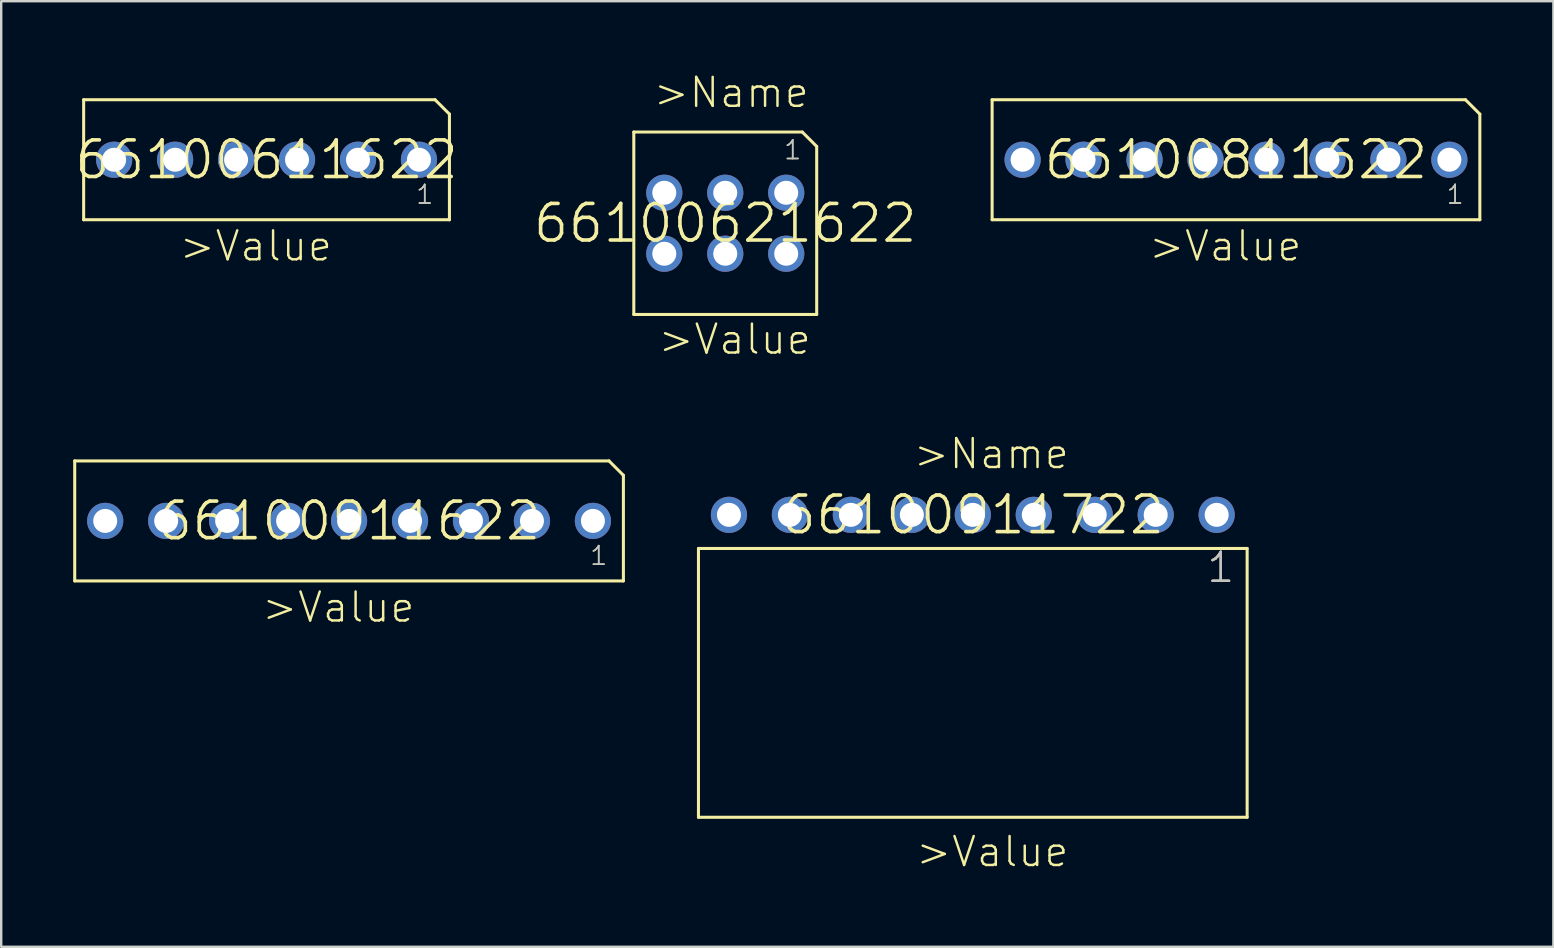
<source format=kicad_pcb>
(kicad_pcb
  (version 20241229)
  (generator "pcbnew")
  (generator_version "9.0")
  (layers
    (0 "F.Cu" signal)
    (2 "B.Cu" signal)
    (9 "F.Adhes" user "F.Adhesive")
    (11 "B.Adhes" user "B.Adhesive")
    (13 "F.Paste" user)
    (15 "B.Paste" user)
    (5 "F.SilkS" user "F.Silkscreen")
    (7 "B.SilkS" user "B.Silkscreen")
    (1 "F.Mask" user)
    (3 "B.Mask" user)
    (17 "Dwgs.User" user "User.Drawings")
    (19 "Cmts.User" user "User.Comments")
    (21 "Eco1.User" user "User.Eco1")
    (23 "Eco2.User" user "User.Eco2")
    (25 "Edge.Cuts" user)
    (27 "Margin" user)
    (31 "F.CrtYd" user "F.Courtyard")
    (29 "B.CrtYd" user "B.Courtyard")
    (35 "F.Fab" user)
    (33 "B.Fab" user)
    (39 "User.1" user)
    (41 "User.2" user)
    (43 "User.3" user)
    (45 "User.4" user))
  (footprint "66100911722"
    (layer "F.Cu")
    (at 37.48 18.4)
    (property "Reference" "66100911722" (at 0 0 0) (layer "F.SilkS") (effects (font (size 1.524 1.524) (thickness 0.15))))
    (attr through_hole)
    (fp_line (start -11.43 1.4) (end -11.43 12.6) (stroke (width 0.127) (type solid)) (layer "F.SilkS"))
    (fp_line (start -11.43 1.4) (end 11.43 1.4) (stroke (width 0.127) (type solid)) (layer "F.SilkS"))
    (fp_line (start -11.43 12.6) (end 11.43 12.6) (stroke (width 0.127) (type solid)) (layer "F.SilkS"))
    (fp_line (start 11.43 1.4) (end 11.43 12.6) (stroke (width 0.127) (type solid)) (layer "F.SilkS"))
    (fp_text user ">Value" (at -2.44 14.74 0) (layer "F.SilkS") (effects (font (size 1.206 1.206) (thickness 0.102)) (justify left bottom)))
    (fp_text user ">Name" (at -2.54 -1.84 0) (layer "F.SilkS") (effects (font (size 1.206 1.206) (thickness 0.102)) (justify left bottom)))
    (fp_text user "1" (at 9.69 2.9 0) (layer "F.SilkS") (effects (font (size 1.206 1.206) (thickness 0.102)) (justify left bottom)))
    (fp_text user "1" (at 9.69 2.9 0) (layer "Dwgs.User") (effects (font (size 1.206 1.206) (thickness 0.102)) (justify left bottom)))
    (pad "1" thru_hole circle (at 10.16 0 180) (size 1.508 1.508) (drill 1) (layers "*.Cu" "*.Mask"))
    (pad "2" thru_hole circle (at 7.62 0 180) (size 1.508 1.508) (drill 1) (layers "*.Cu" "*.Mask"))
    (pad "3" thru_hole circle (at 5.08 0 180) (size 1.508 1.508) (drill 1) (layers "*.Cu" "*.Mask"))
    (pad "4" thru_hole circle (at 2.54 0 180) (size 1.508 1.508) (drill 1) (layers "*.Cu" "*.Mask"))
    (pad "5" thru_hole circle (at 0 0 180) (size 1.508 1.508) (drill 1) (layers "*.Cu" "*.Mask"))
    (pad "6" thru_hole circle (at -2.54 0 180) (size 1.508 1.508) (drill 1) (layers "*.Cu" "*.Mask"))
    (pad "7" thru_hole circle (at -5.08 0 180) (size 1.508 1.508) (drill 1) (layers "*.Cu" "*.Mask"))
    (pad "8" thru_hole circle (at -7.62 0 180) (size 1.508 1.508) (drill 1) (layers "*.Cu" "*.Mask"))
    (pad "9" thru_hole circle (at -10.16 0 180) (size 1.508 1.508) (drill 1) (layers "*.Cu" "*.Mask")))
  (footprint "66100811622"
    (layer "F.Cu")
    (at 48.445 3.605)
    (property "Reference" "66100811622" (at 0 0 0) (layer "F.SilkS") (effects (font (size 1.524 1.524) (thickness 0.15))))
    (attr through_hole)
    (fp_line (start -10.16 -2.5) (end -10.16 2.5) (stroke (width 0.127) (type solid)) (layer "F.SilkS"))
    (fp_line (start -10.16 -2.5) (end 9.56 -2.5) (stroke (width 0.127) (type solid)) (layer "F.SilkS"))
    (fp_line (start -10.16 2.5) (end 10.16 2.5) (stroke (width 0.127) (type solid)) (layer "F.SilkS"))
    (fp_line (start 9.56 -2.5) (end 10.16 -1.9) (stroke (width 0.127) (type solid)) (layer "F.SilkS"))
    (fp_line (start 10.16 -1.9) (end 10.16 2.5) (stroke (width 0.127) (type solid)) (layer "F.SilkS"))
    (fp_text user ">Value" (at -3.7 4.3 0) (layer "F.SilkS") (effects (font (size 1.206 1.206) (thickness 0.102)) (justify left bottom)))
    (fp_text user "1" (at 8.72 1.9 0) (layer "F.SilkS") (effects (font (size 0.772 0.772) (thickness 0.065)) (justify left bottom)))
    (fp_text user "" (at -3.8 -3.3 0) (layer "F.SilkS") (effects (font (size 1.206 1.206) (thickness 0.102)) (justify left bottom)))
    (fp_text user "1" (at 8.72 1.9 0) (layer "Dwgs.User") (effects (font (size 0.772 0.772) (thickness 0.065)) (justify left bottom)))
    (pad "1" thru_hole circle (at 8.89 0 180) (size 1.508 1.508) (drill 1) (layers "*.Cu" "*.Mask"))
    (pad "2" thru_hole circle (at 6.35 0 180) (size 1.508 1.508) (drill 1) (layers "*.Cu" "*.Mask"))
    (pad "3" thru_hole circle (at 3.81 0 180) (size 1.508 1.508) (drill 1) (layers "*.Cu" "*.Mask"))
    (pad "4" thru_hole circle (at 1.27 0 180) (size 1.508 1.508) (drill 1) (layers "*.Cu" "*.Mask"))
    (pad "5" thru_hole circle (at -1.27 0 180) (size 1.508 1.508) (drill 1) (layers "*.Cu" "*.Mask"))
    (pad "6" thru_hole circle (at -3.81 0 180) (size 1.508 1.508) (drill 1) (layers "*.Cu" "*.Mask"))
    (pad "7" thru_hole circle (at -6.35 0 180) (size 1.508 1.508) (drill 1) (layers "*.Cu" "*.Mask"))
    (pad "8" thru_hole circle (at -8.89 0 180) (size 1.508 1.508) (drill 1) (layers "*.Cu" "*.Mask")))
  (footprint "66100911622"
    (layer "F.Cu")
    (at 11.493 18.653)
    (property "Reference" "66100911622" (at 0 0 0) (layer "F.SilkS") (effects (font (size 1.524 1.524) (thickness 0.15))))
    (attr through_hole)
    (fp_line (start -11.43 -2.5) (end -11.43 2.5) (stroke (width 0.127) (type solid)) (layer "F.SilkS"))
    (fp_line (start -11.43 -2.5) (end 10.83 -2.5) (stroke (width 0.127) (type solid)) (layer "F.SilkS"))
    (fp_line (start -11.43 2.5) (end 11.43 2.5) (stroke (width 0.127) (type solid)) (layer "F.SilkS"))
    (fp_line (start 10.83 -2.5) (end 11.43 -1.9) (stroke (width 0.127) (type solid)) (layer "F.SilkS"))
    (fp_line (start 11.43 -1.9) (end 11.43 2.5) (stroke (width 0.127) (type solid)) (layer "F.SilkS"))
    (fp_text user ">Value" (at -3.7 4.3 0) (layer "F.SilkS") (effects (font (size 1.206 1.206) (thickness 0.102)) (justify left bottom)))
    (fp_text user "1" (at 9.99 1.9 0) (layer "F.SilkS") (effects (font (size 0.772 0.772) (thickness 0.065)) (justify left bottom)))
    (fp_text user "" (at -3.8 -3.3 0) (layer "F.SilkS") (effects (font (size 1.206 1.206) (thickness 0.102)) (justify left bottom)))
    (fp_text user "1" (at 9.99 1.9 0) (layer "Dwgs.User") (effects (font (size 0.772 0.772) (thickness 0.065)) (justify left bottom)))
    (pad "1" thru_hole circle (at 10.16 0 180) (size 1.508 1.508) (drill 1) (layers "*.Cu" "*.Mask"))
    (pad "2" thru_hole circle (at 7.62 0 180) (size 1.508 1.508) (drill 1) (layers "*.Cu" "*.Mask"))
    (pad "3" thru_hole circle (at 5.08 0 180) (size 1.508 1.508) (drill 1) (layers "*.Cu" "*.Mask"))
    (pad "4" thru_hole circle (at 2.54 0 180) (size 1.508 1.508) (drill 1) (layers "*.Cu" "*.Mask"))
    (pad "5" thru_hole circle (at 0 0 180) (size 1.508 1.508) (drill 1) (layers "*.Cu" "*.Mask"))
    (pad "6" thru_hole circle (at -2.54 0 180) (size 1.508 1.508) (drill 1) (layers "*.Cu" "*.Mask"))
    (pad "7" thru_hole circle (at -5.08 0 180) (size 1.508 1.508) (drill 1) (layers "*.Cu" "*.Mask"))
    (pad "8" thru_hole circle (at -7.62 0 180) (size 1.508 1.508) (drill 1) (layers "*.Cu" "*.Mask"))
    (pad "9" thru_hole circle (at -10.16 0 180) (size 1.508 1.508) (drill 1) (layers "*.Cu" "*.Mask")))
  (footprint "66100611622"
    (layer "F.Cu")
    (at 8.055 3.605)
    (property "Reference" "66100611622" (at 0 0 0) (layer "F.SilkS") (effects (font (size 1.524 1.524) (thickness 0.15))))
    (attr through_hole)
    (fp_line (start -7.62 -2.5) (end -7.62 2.5) (stroke (width 0.127) (type solid)) (layer "F.SilkS"))
    (fp_line (start -7.62 -2.5) (end 7.02 -2.5) (stroke (width 0.127) (type solid)) (layer "F.SilkS"))
    (fp_line (start -7.62 2.5) (end 7.62 2.5) (stroke (width 0.127) (type solid)) (layer "F.SilkS"))
    (fp_line (start 7.02 -2.5) (end 7.62 -1.9) (stroke (width 0.127) (type solid)) (layer "F.SilkS"))
    (fp_line (start 7.62 -1.9) (end 7.62 2.5) (stroke (width 0.127) (type solid)) (layer "F.SilkS"))
    (fp_text user "1" (at 6.18 1.9 0) (layer "F.SilkS") (effects (font (size 0.772 0.772) (thickness 0.065)) (justify left bottom)))
    (fp_text user "" (at -3.8 -3.3 0) (layer "F.SilkS") (effects (font (size 1.206 1.206) (thickness 0.102)) (justify left bottom)))
    (fp_text user ">Value" (at -3.7 4.3 0) (layer "F.SilkS") (effects (font (size 1.206 1.206) (thickness 0.102)) (justify left bottom)))
    (fp_text user "1" (at 6.18 1.9 0) (layer "Dwgs.User") (effects (font (size 0.772 0.772) (thickness 0.065)) (justify left bottom)))
    (pad "1" thru_hole circle (at 6.35 0 180) (size 1.508 1.508) (drill 1) (layers "*.Cu" "*.Mask"))
    (pad "2" thru_hole circle (at 3.81 0 180) (size 1.508 1.508) (drill 1) (layers "*.Cu" "*.Mask"))
    (pad "3" thru_hole circle (at 1.27 0 180) (size 1.508 1.508) (drill 1) (layers "*.Cu" "*.Mask"))
    (pad "4" thru_hole circle (at -1.27 0 180) (size 1.508 1.508) (drill 1) (layers "*.Cu" "*.Mask"))
    (pad "5" thru_hole circle (at -3.81 0 180) (size 1.508 1.508) (drill 1) (layers "*.Cu" "*.Mask"))
    (pad "6" thru_hole circle (at -6.35 0 180) (size 1.508 1.508) (drill 1) (layers "*.Cu" "*.Mask")))
  (footprint "66100621622"
    (layer "F.Cu")
    (at 27.166 6.251)
    (property "Reference" "66100621622" (at 0 0 0) (layer "F.SilkS") (effects (font (size 1.524 1.524) (thickness 0.15))))
    (attr through_hole)
    (fp_line (start -3.81 -3.8) (end -3.81 3.8) (stroke (width 0.127) (type solid)) (layer "F.SilkS"))
    (fp_line (start -3.81 -3.8) (end 3.21 -3.8) (stroke (width 0.127) (type solid)) (layer "F.SilkS"))
    (fp_line (start -3.81 3.8) (end 3.81 3.8) (stroke (width 0.127) (type solid)) (layer "F.SilkS"))
    (fp_line (start 3.21 -3.8) (end 3.81 -3.2) (stroke (width 0.127) (type solid)) (layer "F.SilkS"))
    (fp_line (start 3.81 -3.2) (end 3.81 3.8) (stroke (width 0.127) (type solid)) (layer "F.SilkS"))
    (fp_text user ">Value" (at -2.86 5.54 0) (layer "F.SilkS") (effects (font (size 1.206 1.206) (thickness 0.102)) (justify left bottom)))
    (fp_text user ">Name" (at -3.06 -4.74 0) (layer "F.SilkS") (effects (font (size 1.206 1.206) (thickness 0.102)) (justify left bottom)))
    (fp_text user "1" (at 2.4 -2.6 0) (layer "F.SilkS") (effects (font (size 0.772 0.772) (thickness 0.065)) (justify left bottom)))
    (fp_text user "1" (at 2.4 -2.6 0) (layer "Dwgs.User") (effects (font (size 0.772 0.772) (thickness 0.065)) (justify left bottom)))
    (pad "1" thru_hole circle (at 2.54 -1.27 180) (size 1.508 1.508) (drill 1) (layers "*.Cu" "*.Mask"))
    (pad "2" thru_hole circle (at 0 -1.27 180) (size 1.508 1.508) (drill 1) (layers "*.Cu" "*.Mask"))
    (pad "3" thru_hole circle (at -2.54 -1.27 180) (size 1.508 1.508) (drill 1) (layers "*.Cu" "*.Mask"))
    (pad "4" thru_hole circle (at -2.54 1.27 180) (size 1.508 1.508) (drill 1) (layers "*.Cu" "*.Mask"))
    (pad "5" thru_hole circle (at 0 1.27 180) (size 1.508 1.508) (drill 1) (layers "*.Cu" "*.Mask"))
    (pad "6" thru_hole circle (at 2.54 1.27 180) (size 1.508 1.508) (drill 1) (layers "*.Cu" "*.Mask")))
  (gr_rect
    (start -3 -3)
    (end 61.669 36.396)
    (stroke (width 0.1) (type default))
    (fill no)
    (layer "Edge.Cuts")))
</source>
